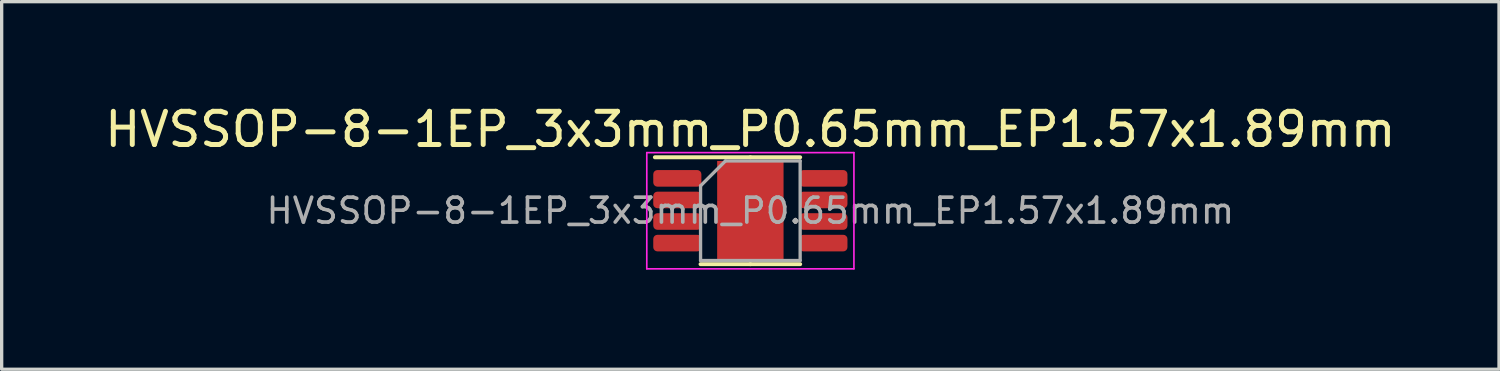
<source format=kicad_pcb>
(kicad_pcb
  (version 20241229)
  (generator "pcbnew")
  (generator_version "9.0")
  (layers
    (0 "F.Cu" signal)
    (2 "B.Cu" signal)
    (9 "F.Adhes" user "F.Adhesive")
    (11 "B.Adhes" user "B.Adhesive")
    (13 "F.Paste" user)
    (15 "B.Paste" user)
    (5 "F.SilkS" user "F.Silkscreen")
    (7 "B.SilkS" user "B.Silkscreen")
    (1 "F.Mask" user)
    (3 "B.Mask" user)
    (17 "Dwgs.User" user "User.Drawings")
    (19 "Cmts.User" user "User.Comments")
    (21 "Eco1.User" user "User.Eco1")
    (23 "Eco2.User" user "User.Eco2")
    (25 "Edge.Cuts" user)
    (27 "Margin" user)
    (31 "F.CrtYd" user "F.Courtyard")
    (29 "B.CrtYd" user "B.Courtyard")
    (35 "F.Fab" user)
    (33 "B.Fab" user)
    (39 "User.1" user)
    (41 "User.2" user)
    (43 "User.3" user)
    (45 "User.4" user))
  (footprint "HVSSOP-8-1EP_3x3mm_P0.65mm_EP1.57x1.89mm"
    (layer "F.Cu")
    (at 19.554 3.298)
    (property "Reference" "HVSSOP-8-1EP_3x3mm_P0.65mm_EP1.57x1.89mm" (at 0 -2.45 0) (layer "F.SilkS") (effects (font (size 1 1) (thickness 0.15))))
    (attr smd)
    (fp_rect (start -0.95 -1) (end 0.95 1) (stroke (width 0.05) (type solid)) (fill yes) (layer "F.Mask"))
    (fp_line (start 0 -1.61) (end -2.875 -1.61) (stroke (width 0.12) (type solid)) (layer "F.SilkS"))
    (fp_line (start 0 -1.61) (end 1.5 -1.61) (stroke (width 0.12) (type solid)) (layer "F.SilkS"))
    (fp_line (start 0 1.61) (end -1.5 1.61) (stroke (width 0.12) (type solid)) (layer "F.SilkS"))
    (fp_line (start 0 1.61) (end 1.5 1.61) (stroke (width 0.12) (type solid)) (layer "F.SilkS"))
    (fp_line (start -3.12 -1.75) (end -3.12 1.75) (stroke (width 0.05) (type solid)) (layer "F.CrtYd"))
    (fp_line (start -3.12 1.75) (end 3.12 1.75) (stroke (width 0.05) (type solid)) (layer "F.CrtYd"))
    (fp_line (start 3.12 -1.75) (end -3.12 -1.75) (stroke (width 0.05) (type solid)) (layer "F.CrtYd"))
    (fp_line (start 3.12 1.75) (end 3.12 -1.75) (stroke (width 0.05) (type solid)) (layer "F.CrtYd"))
    (fp_line (start -1.5 -0.75) (end -0.75 -1.5) (stroke (width 0.1) (type solid)) (layer "F.Fab"))
    (fp_line (start -1.5 1.5) (end -1.5 -0.75) (stroke (width 0.1) (type solid)) (layer "F.Fab"))
    (fp_line (start -0.75 -1.5) (end 1.5 -1.5) (stroke (width 0.1) (type solid)) (layer "F.Fab"))
    (fp_line (start 1.5 -1.5) (end 1.5 1.5) (stroke (width 0.1) (type solid)) (layer "F.Fab"))
    (fp_line (start 1.5 1.5) (end -1.5 1.5) (stroke (width 0.1) (type solid)) (layer "F.Fab"))
    (fp_text user "${REFERENCE}" (at 0 0 0) (layer "F.Fab") (effects (font (size 0.75 0.75) (thickness 0.11))))
    (pad "" smd roundrect (at -0.487 -0.495) (size 0.825 0.81) (layers "F.Paste") (roundrect_rratio 0.25))
    (pad "" smd roundrect (at -0.487 0.495) (size 0.825 0.81) (layers "F.Paste") (roundrect_rratio 0.25))
    (pad "" smd roundrect (at 0.487 -0.495) (size 0.825 0.81) (layers "F.Paste") (roundrect_rratio 0.25))
    (pad "" smd roundrect (at 0.487 0.495) (size 0.825 0.81) (layers "F.Paste") (roundrect_rratio 0.25))
    (pad "1" smd roundrect (at -2.2 -0.975) (size 1.45 0.5) (layers "F.Cu" "F.Mask" "F.Paste") (roundrect_rratio 0.25))
    (pad "2" smd roundrect (at -2.2 -0.325) (size 1.45 0.5) (layers "F.Cu" "F.Mask" "F.Paste") (roundrect_rratio 0.25))
    (pad "3" smd roundrect (at -2.2 0.325) (size 1.45 0.5) (layers "F.Cu" "F.Mask" "F.Paste") (roundrect_rratio 0.25))
    (pad "4" smd roundrect (at -2.2 0.975) (size 1.45 0.5) (layers "F.Cu" "F.Mask" "F.Paste") (roundrect_rratio 0.25))
    (pad "5" smd roundrect (at 2.2 0.975) (size 1.45 0.5) (layers "F.Cu" "F.Mask" "F.Paste") (roundrect_rratio 0.25))
    (pad "6" smd roundrect (at 2.2 0.325) (size 1.45 0.5) (layers "F.Cu" "F.Mask" "F.Paste") (roundrect_rratio 0.25))
    (pad "7" smd roundrect (at 2.2 -0.325) (size 1.45 0.5) (layers "F.Cu" "F.Mask" "F.Paste") (roundrect_rratio 0.25))
    (pad "8" smd roundrect (at 2.2 -0.975) (size 1.45 0.5) (layers "F.Cu" "F.Mask" "F.Paste") (roundrect_rratio 0.25))
    (pad "9" smd rect (at 0 0) (size 2 3) (layers "F.Cu")))
  (gr_rect
    (start -3 -3)
    (end 42.107 8.073)
    (stroke (width 0.1) (type default))
    (fill no)
    (layer "Edge.Cuts")))
</source>
